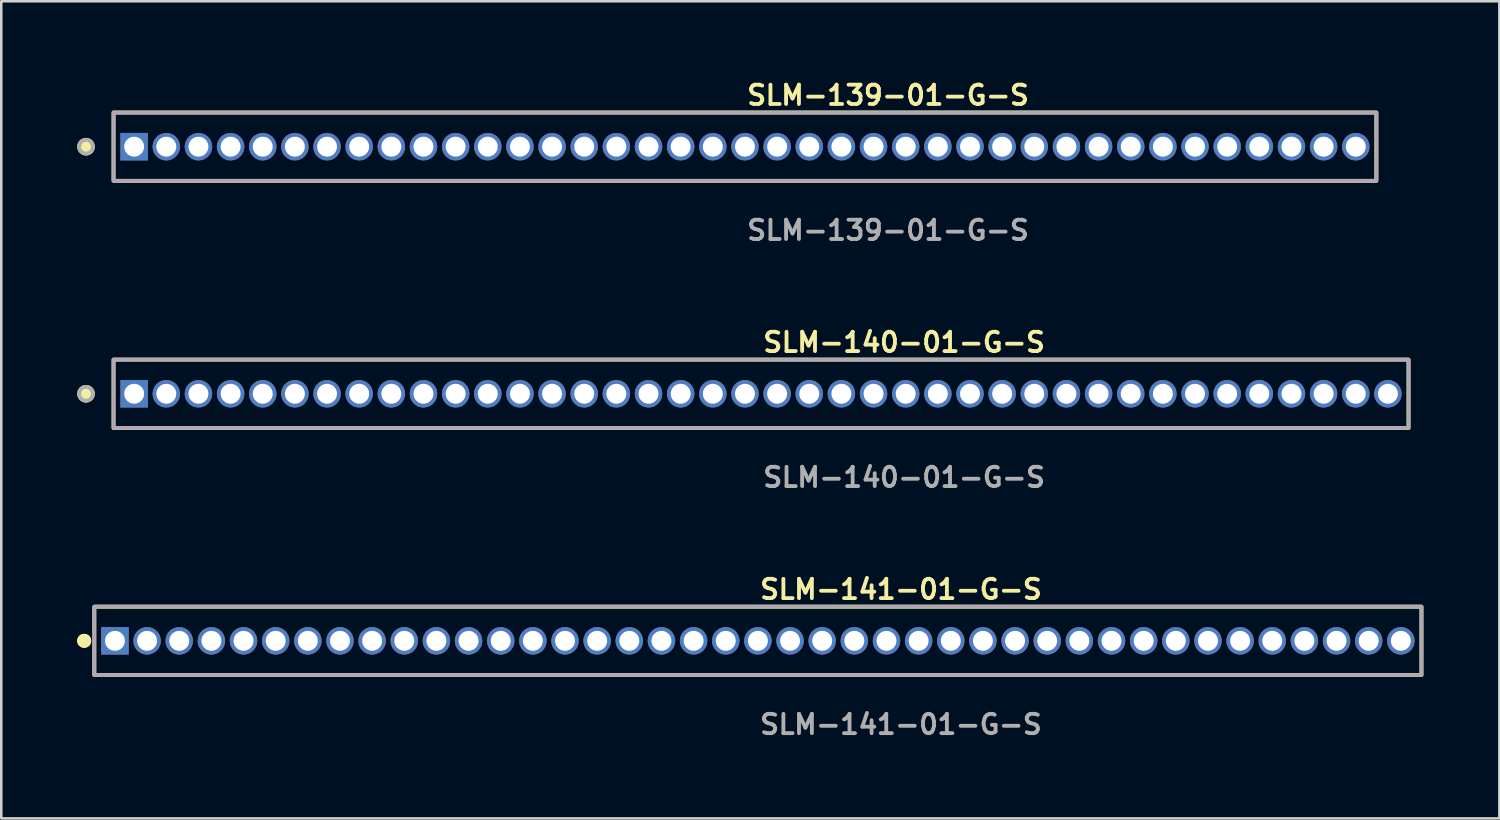
<source format=kicad_pcb>
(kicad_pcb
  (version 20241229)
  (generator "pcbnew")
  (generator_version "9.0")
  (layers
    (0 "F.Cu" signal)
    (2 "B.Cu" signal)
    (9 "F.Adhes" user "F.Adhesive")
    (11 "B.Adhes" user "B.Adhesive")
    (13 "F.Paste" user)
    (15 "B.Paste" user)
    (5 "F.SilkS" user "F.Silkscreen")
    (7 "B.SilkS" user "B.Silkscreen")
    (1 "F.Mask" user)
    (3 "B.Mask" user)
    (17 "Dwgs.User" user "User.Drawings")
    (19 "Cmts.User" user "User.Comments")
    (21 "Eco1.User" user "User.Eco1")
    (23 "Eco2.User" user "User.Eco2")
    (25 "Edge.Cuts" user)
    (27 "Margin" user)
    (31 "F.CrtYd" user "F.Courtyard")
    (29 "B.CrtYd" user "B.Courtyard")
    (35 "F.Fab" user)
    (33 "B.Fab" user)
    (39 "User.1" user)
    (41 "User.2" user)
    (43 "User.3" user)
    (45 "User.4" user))
  (footprint "SLM-140-01-G-S"
    (layer "F.Cu")
    (at 27.015 12.506)
    (property "Reference" "SLM-140-01-G-S" (at 0 -2.032 0) (unlocked yes) (layer "F.SilkS") (effects (font (size 0.762 0.762) (thickness 0.152)) (justify left)))
    (fp_rect (start -25.58 1.35) (end 25.58 -1.35) (stroke (width 0.152) (type solid)) (fill no) (layer "F.SilkS"))
    (fp_circle (center -26.667 0) (end -26.939 0) (stroke (width 0.152) (type solid)) (fill yes) (layer "F.SilkS"))
    (fp_rect (start -25.58 1.35) (end 25.58 -1.35) (stroke (width 0.006) (type solid)) (fill no) (layer "F.CrtYd"))
    (fp_rect (start -25.58 1.35) (end 25.58 -1.35) (stroke (width 0.152) (type solid)) (fill no) (layer "F.Fab"))
    (fp_circle (center -26.667 0) (end -26.939 0) (stroke (width 0.152) (type solid)) (fill no) (layer "F.Fab"))
    (fp_text user "${REFERENCE}" (at 0 3.302 0) (unlocked yes) (layer "F.Fab") (effects (font (size 0.762 0.762) (thickness 0.152)) (justify left)))
    (pad "1" thru_hole rect (at -24.765 0) (size 1.087 1.087) (drill 0.787) (layers "*.Cu" "*.Mask"))
    (pad "2" thru_hole circle (at -23.495 0) (size 1.087 1.087) (drill 0.787) (layers "*.Cu" "*.Mask"))
    (pad "3" thru_hole circle (at -22.225 0) (size 1.087 1.087) (drill 0.787) (layers "*.Cu" "*.Mask"))
    (pad "4" thru_hole circle (at -20.955 0) (size 1.087 1.087) (drill 0.787) (layers "*.Cu" "*.Mask"))
    (pad "5" thru_hole circle (at -19.685 0) (size 1.087 1.087) (drill 0.787) (layers "*.Cu" "*.Mask"))
    (pad "6" thru_hole circle (at -18.415 0) (size 1.087 1.087) (drill 0.787) (layers "*.Cu" "*.Mask"))
    (pad "7" thru_hole circle (at -17.145 0) (size 1.087 1.087) (drill 0.787) (layers "*.Cu" "*.Mask"))
    (pad "8" thru_hole circle (at -15.875 0) (size 1.087 1.087) (drill 0.787) (layers "*.Cu" "*.Mask"))
    (pad "9" thru_hole circle (at -14.605 0) (size 1.087 1.087) (drill 0.787) (layers "*.Cu" "*.Mask"))
    (pad "10" thru_hole circle (at -13.335 0) (size 1.087 1.087) (drill 0.787) (layers "*.Cu" "*.Mask"))
    (pad "11" thru_hole circle (at -12.065 0) (size 1.087 1.087) (drill 0.787) (layers "*.Cu" "*.Mask"))
    (pad "12" thru_hole circle (at -10.795 0) (size 1.087 1.087) (drill 0.787) (layers "*.Cu" "*.Mask"))
    (pad "13" thru_hole circle (at -9.525 0) (size 1.087 1.087) (drill 0.787) (layers "*.Cu" "*.Mask"))
    (pad "14" thru_hole circle (at -8.255 0) (size 1.087 1.087) (drill 0.787) (layers "*.Cu" "*.Mask"))
    (pad "15" thru_hole circle (at -6.985 0) (size 1.087 1.087) (drill 0.787) (layers "*.Cu" "*.Mask"))
    (pad "16" thru_hole circle (at -5.715 0) (size 1.087 1.087) (drill 0.787) (layers "*.Cu" "*.Mask"))
    (pad "17" thru_hole circle (at -4.445 0) (size 1.087 1.087) (drill 0.787) (layers "*.Cu" "*.Mask"))
    (pad "18" thru_hole circle (at -3.175 0) (size 1.087 1.087) (drill 0.787) (layers "*.Cu" "*.Mask"))
    (pad "19" thru_hole circle (at -1.905 0) (size 1.087 1.087) (drill 0.787) (layers "*.Cu" "*.Mask"))
    (pad "20" thru_hole circle (at -0.635 0) (size 1.087 1.087) (drill 0.787) (layers "*.Cu" "*.Mask"))
    (pad "21" thru_hole circle (at 0.635 0) (size 1.087 1.087) (drill 0.787) (layers "*.Cu" "*.Mask"))
    (pad "22" thru_hole circle (at 1.905 0) (size 1.087 1.087) (drill 0.787) (layers "*.Cu" "*.Mask"))
    (pad "23" thru_hole circle (at 3.175 0) (size 1.087 1.087) (drill 0.787) (layers "*.Cu" "*.Mask"))
    (pad "24" thru_hole circle (at 4.445 0) (size 1.087 1.087) (drill 0.787) (layers "*.Cu" "*.Mask"))
    (pad "25" thru_hole circle (at 5.715 0) (size 1.087 1.087) (drill 0.787) (layers "*.Cu" "*.Mask"))
    (pad "26" thru_hole circle (at 6.985 0) (size 1.087 1.087) (drill 0.787) (layers "*.Cu" "*.Mask"))
    (pad "27" thru_hole circle (at 8.255 0) (size 1.087 1.087) (drill 0.787) (layers "*.Cu" "*.Mask"))
    (pad "28" thru_hole circle (at 9.525 0) (size 1.087 1.087) (drill 0.787) (layers "*.Cu" "*.Mask"))
    (pad "29" thru_hole circle (at 10.795 0) (size 1.087 1.087) (drill 0.787) (layers "*.Cu" "*.Mask"))
    (pad "30" thru_hole circle (at 12.065 0) (size 1.087 1.087) (drill 0.787) (layers "*.Cu" "*.Mask"))
    (pad "31" thru_hole circle (at 13.335 0) (size 1.087 1.087) (drill 0.787) (layers "*.Cu" "*.Mask"))
    (pad "32" thru_hole circle (at 14.605 0) (size 1.087 1.087) (drill 0.787) (layers "*.Cu" "*.Mask"))
    (pad "33" thru_hole circle (at 15.875 0) (size 1.087 1.087) (drill 0.787) (layers "*.Cu" "*.Mask"))
    (pad "34" thru_hole circle (at 17.145 0) (size 1.087 1.087) (drill 0.787) (layers "*.Cu" "*.Mask"))
    (pad "35" thru_hole circle (at 18.415 0) (size 1.087 1.087) (drill 0.787) (layers "*.Cu" "*.Mask"))
    (pad "36" thru_hole circle (at 19.685 0) (size 1.087 1.087) (drill 0.787) (layers "*.Cu" "*.Mask"))
    (pad "37" thru_hole circle (at 20.955 0) (size 1.087 1.087) (drill 0.787) (layers "*.Cu" "*.Mask"))
    (pad "38" thru_hole circle (at 22.225 0) (size 1.087 1.087) (drill 0.787) (layers "*.Cu" "*.Mask"))
    (pad "39" thru_hole circle (at 23.495 0) (size 1.087 1.087) (drill 0.787) (layers "*.Cu" "*.Mask"))
    (pad "40" thru_hole circle (at 24.765 0) (size 1.087 1.087) (drill 0.787) (layers "*.Cu" "*.Mask")))
  (footprint "SLM-141-01-G-S"
    (layer "F.Cu")
    (at 26.891 22.266)
    (property "Reference" "SLM-141-01-G-S" (at 0 -2.032 0) (unlocked yes) (layer "F.SilkS") (effects (font (size 0.762 0.762) (thickness 0.152)) (justify left)))
    (fp_rect (start -26.215 1.35) (end 26.215 -1.35) (stroke (width 0.152) (type solid)) (fill no) (layer "F.SilkS"))
    (fp_circle (center -26.615 0) (end -26.815 0) (stroke (width 0.152) (type solid)) (fill yes) (layer "F.SilkS"))
    (fp_circle (center -26.615 0) (end -26.815 0) (stroke (width 0.152) (type solid)) (fill yes) (layer "F.SilkS"))
    (fp_rect (start -26.215 1.35) (end 26.215 -1.35) (stroke (width 0.006) (type solid)) (fill no) (layer "F.CrtYd"))
    (fp_rect (start -26.215 1.35) (end 26.215 -1.35) (stroke (width 0.152) (type solid)) (fill no) (layer "F.Fab"))
    (fp_text user "${REFERENCE}" (at 0 3.302 0) (unlocked yes) (layer "F.Fab") (effects (font (size 0.762 0.762) (thickness 0.152)) (justify left)))
    (pad "1" thru_hole rect (at -25.4 0) (size 1.087 1.087) (drill 0.787) (layers "*.Cu" "*.Mask"))
    (pad "2" thru_hole circle (at -24.13 0) (size 1.087 1.087) (drill 0.787) (layers "*.Cu" "*.Mask"))
    (pad "3" thru_hole circle (at -22.86 0) (size 1.087 1.087) (drill 0.787) (layers "*.Cu" "*.Mask"))
    (pad "4" thru_hole circle (at -21.59 0) (size 1.087 1.087) (drill 0.787) (layers "*.Cu" "*.Mask"))
    (pad "5" thru_hole circle (at -20.32 0) (size 1.087 1.087) (drill 0.787) (layers "*.Cu" "*.Mask"))
    (pad "6" thru_hole circle (at -19.05 0) (size 1.087 1.087) (drill 0.787) (layers "*.Cu" "*.Mask"))
    (pad "7" thru_hole circle (at -17.78 0) (size 1.087 1.087) (drill 0.787) (layers "*.Cu" "*.Mask"))
    (pad "8" thru_hole circle (at -16.51 0) (size 1.087 1.087) (drill 0.787) (layers "*.Cu" "*.Mask"))
    (pad "9" thru_hole circle (at -15.24 0) (size 1.087 1.087) (drill 0.787) (layers "*.Cu" "*.Mask"))
    (pad "10" thru_hole circle (at -13.97 0) (size 1.087 1.087) (drill 0.787) (layers "*.Cu" "*.Mask"))
    (pad "11" thru_hole circle (at -12.7 0) (size 1.087 1.087) (drill 0.787) (layers "*.Cu" "*.Mask"))
    (pad "12" thru_hole circle (at -11.43 0) (size 1.087 1.087) (drill 0.787) (layers "*.Cu" "*.Mask"))
    (pad "13" thru_hole circle (at -10.16 0) (size 1.087 1.087) (drill 0.787) (layers "*.Cu" "*.Mask"))
    (pad "14" thru_hole circle (at -8.89 0) (size 1.087 1.087) (drill 0.787) (layers "*.Cu" "*.Mask"))
    (pad "15" thru_hole circle (at -7.62 0) (size 1.087 1.087) (drill 0.787) (layers "*.Cu" "*.Mask"))
    (pad "16" thru_hole circle (at -6.35 0) (size 1.087 1.087) (drill 0.787) (layers "*.Cu" "*.Mask"))
    (pad "17" thru_hole circle (at -5.08 0) (size 1.087 1.087) (drill 0.787) (layers "*.Cu" "*.Mask"))
    (pad "18" thru_hole circle (at -3.81 0) (size 1.087 1.087) (drill 0.787) (layers "*.Cu" "*.Mask"))
    (pad "19" thru_hole circle (at -2.54 0) (size 1.087 1.087) (drill 0.787) (layers "*.Cu" "*.Mask"))
    (pad "20" thru_hole circle (at -1.27 0) (size 1.087 1.087) (drill 0.787) (layers "*.Cu" "*.Mask"))
    (pad "21" thru_hole circle (at 0 0) (size 1.087 1.087) (drill 0.787) (layers "*.Cu" "*.Mask"))
    (pad "22" thru_hole circle (at 1.27 0) (size 1.087 1.087) (drill 0.787) (layers "*.Cu" "*.Mask"))
    (pad "23" thru_hole circle (at 2.54 0) (size 1.087 1.087) (drill 0.787) (layers "*.Cu" "*.Mask"))
    (pad "24" thru_hole circle (at 3.81 0) (size 1.087 1.087) (drill 0.787) (layers "*.Cu" "*.Mask"))
    (pad "25" thru_hole circle (at 5.08 0) (size 1.087 1.087) (drill 0.787) (layers "*.Cu" "*.Mask"))
    (pad "26" thru_hole circle (at 6.35 0) (size 1.087 1.087) (drill 0.787) (layers "*.Cu" "*.Mask"))
    (pad "27" thru_hole circle (at 7.62 0) (size 1.087 1.087) (drill 0.787) (layers "*.Cu" "*.Mask"))
    (pad "28" thru_hole circle (at 8.89 0) (size 1.087 1.087) (drill 0.787) (layers "*.Cu" "*.Mask"))
    (pad "29" thru_hole circle (at 10.16 0) (size 1.087 1.087) (drill 0.787) (layers "*.Cu" "*.Mask"))
    (pad "30" thru_hole circle (at 11.43 0) (size 1.087 1.087) (drill 0.787) (layers "*.Cu" "*.Mask"))
    (pad "31" thru_hole circle (at 12.7 0) (size 1.087 1.087) (drill 0.787) (layers "*.Cu" "*.Mask"))
    (pad "32" thru_hole circle (at 13.97 0) (size 1.087 1.087) (drill 0.787) (layers "*.Cu" "*.Mask"))
    (pad "33" thru_hole circle (at 15.24 0) (size 1.087 1.087) (drill 0.787) (layers "*.Cu" "*.Mask"))
    (pad "34" thru_hole circle (at 16.51 0) (size 1.087 1.087) (drill 0.787) (layers "*.Cu" "*.Mask"))
    (pad "35" thru_hole circle (at 17.78 0) (size 1.087 1.087) (drill 0.787) (layers "*.Cu" "*.Mask"))
    (pad "36" thru_hole circle (at 19.05 0) (size 1.087 1.087) (drill 0.787) (layers "*.Cu" "*.Mask"))
    (pad "37" thru_hole circle (at 20.32 0) (size 1.087 1.087) (drill 0.787) (layers "*.Cu" "*.Mask"))
    (pad "38" thru_hole circle (at 21.59 0) (size 1.087 1.087) (drill 0.787) (layers "*.Cu" "*.Mask"))
    (pad "39" thru_hole circle (at 22.86 0) (size 1.087 1.087) (drill 0.787) (layers "*.Cu" "*.Mask"))
    (pad "40" thru_hole circle (at 24.13 0) (size 1.087 1.087) (drill 0.787) (layers "*.Cu" "*.Mask"))
    (pad "41" thru_hole circle (at 25.4 0) (size 1.087 1.087) (drill 0.787) (layers "*.Cu" "*.Mask")))
  (footprint "SLM-139-01-G-S"
    (layer "F.Cu")
    (at 26.38 2.745)
    (property "Reference" "SLM-139-01-G-S" (at 0 -2.032 0) (unlocked yes) (layer "F.SilkS") (effects (font (size 0.762 0.762) (thickness 0.152)) (justify left)))
    (fp_rect (start -24.945 1.35) (end 24.945 -1.35) (stroke (width 0.152) (type solid)) (fill no) (layer "F.SilkS"))
    (fp_circle (center -26.032 0) (end -26.304 0) (stroke (width 0.152) (type solid)) (fill yes) (layer "F.SilkS"))
    (fp_rect (start -24.945 1.35) (end 24.945 -1.35) (stroke (width 0.006) (type solid)) (fill no) (layer "F.CrtYd"))
    (fp_rect (start -24.945 1.35) (end 24.945 -1.35) (stroke (width 0.152) (type solid)) (fill no) (layer "F.Fab"))
    (fp_circle (center -26.032 0) (end -26.304 0) (stroke (width 0.152) (type solid)) (fill no) (layer "F.Fab"))
    (fp_text user "${REFERENCE}" (at 0 3.302 0) (unlocked yes) (layer "F.Fab") (effects (font (size 0.762 0.762) (thickness 0.152)) (justify left)))
    (pad "1" thru_hole rect (at -24.13 0) (size 1.087 1.087) (drill 0.787) (layers "*.Cu" "*.Mask"))
    (pad "2" thru_hole circle (at -22.86 0) (size 1.087 1.087) (drill 0.787) (layers "*.Cu" "*.Mask"))
    (pad "3" thru_hole circle (at -21.59 0) (size 1.087 1.087) (drill 0.787) (layers "*.Cu" "*.Mask"))
    (pad "4" thru_hole circle (at -20.32 0) (size 1.087 1.087) (drill 0.787) (layers "*.Cu" "*.Mask"))
    (pad "5" thru_hole circle (at -19.05 0) (size 1.087 1.087) (drill 0.787) (layers "*.Cu" "*.Mask"))
    (pad "6" thru_hole circle (at -17.78 0) (size 1.087 1.087) (drill 0.787) (layers "*.Cu" "*.Mask"))
    (pad "7" thru_hole circle (at -16.51 0) (size 1.087 1.087) (drill 0.787) (layers "*.Cu" "*.Mask"))
    (pad "8" thru_hole circle (at -15.24 0) (size 1.087 1.087) (drill 0.787) (layers "*.Cu" "*.Mask"))
    (pad "9" thru_hole circle (at -13.97 0) (size 1.087 1.087) (drill 0.787) (layers "*.Cu" "*.Mask"))
    (pad "10" thru_hole circle (at -12.7 0) (size 1.087 1.087) (drill 0.787) (layers "*.Cu" "*.Mask"))
    (pad "11" thru_hole circle (at -11.43 0) (size 1.087 1.087) (drill 0.787) (layers "*.Cu" "*.Mask"))
    (pad "12" thru_hole circle (at -10.16 0) (size 1.087 1.087) (drill 0.787) (layers "*.Cu" "*.Mask"))
    (pad "13" thru_hole circle (at -8.89 0) (size 1.087 1.087) (drill 0.787) (layers "*.Cu" "*.Mask"))
    (pad "14" thru_hole circle (at -7.62 0) (size 1.087 1.087) (drill 0.787) (layers "*.Cu" "*.Mask"))
    (pad "15" thru_hole circle (at -6.35 0) (size 1.087 1.087) (drill 0.787) (layers "*.Cu" "*.Mask"))
    (pad "16" thru_hole circle (at -5.08 0) (size 1.087 1.087) (drill 0.787) (layers "*.Cu" "*.Mask"))
    (pad "17" thru_hole circle (at -3.81 0) (size 1.087 1.087) (drill 0.787) (layers "*.Cu" "*.Mask"))
    (pad "18" thru_hole circle (at -2.54 0) (size 1.087 1.087) (drill 0.787) (layers "*.Cu" "*.Mask"))
    (pad "19" thru_hole circle (at -1.27 0) (size 1.087 1.087) (drill 0.787) (layers "*.Cu" "*.Mask"))
    (pad "20" thru_hole circle (at 0 0) (size 1.087 1.087) (drill 0.787) (layers "*.Cu" "*.Mask"))
    (pad "21" thru_hole circle (at 1.27 0) (size 1.087 1.087) (drill 0.787) (layers "*.Cu" "*.Mask"))
    (pad "22" thru_hole circle (at 2.54 0) (size 1.087 1.087) (drill 0.787) (layers "*.Cu" "*.Mask"))
    (pad "23" thru_hole circle (at 3.81 0) (size 1.087 1.087) (drill 0.787) (layers "*.Cu" "*.Mask"))
    (pad "24" thru_hole circle (at 5.08 0) (size 1.087 1.087) (drill 0.787) (layers "*.Cu" "*.Mask"))
    (pad "25" thru_hole circle (at 6.35 0) (size 1.087 1.087) (drill 0.787) (layers "*.Cu" "*.Mask"))
    (pad "26" thru_hole circle (at 7.62 0) (size 1.087 1.087) (drill 0.787) (layers "*.Cu" "*.Mask"))
    (pad "27" thru_hole circle (at 8.89 0) (size 1.087 1.087) (drill 0.787) (layers "*.Cu" "*.Mask"))
    (pad "28" thru_hole circle (at 10.16 0) (size 1.087 1.087) (drill 0.787) (layers "*.Cu" "*.Mask"))
    (pad "29" thru_hole circle (at 11.43 0) (size 1.087 1.087) (drill 0.787) (layers "*.Cu" "*.Mask"))
    (pad "30" thru_hole circle (at 12.7 0) (size 1.087 1.087) (drill 0.787) (layers "*.Cu" "*.Mask"))
    (pad "31" thru_hole circle (at 13.97 0) (size 1.087 1.087) (drill 0.787) (layers "*.Cu" "*.Mask"))
    (pad "32" thru_hole circle (at 15.24 0) (size 1.087 1.087) (drill 0.787) (layers "*.Cu" "*.Mask"))
    (pad "33" thru_hole circle (at 16.51 0) (size 1.087 1.087) (drill 0.787) (layers "*.Cu" "*.Mask"))
    (pad "34" thru_hole circle (at 17.78 0) (size 1.087 1.087) (drill 0.787) (layers "*.Cu" "*.Mask"))
    (pad "35" thru_hole circle (at 19.05 0) (size 1.087 1.087) (drill 0.787) (layers "*.Cu" "*.Mask"))
    (pad "36" thru_hole circle (at 20.32 0) (size 1.087 1.087) (drill 0.787) (layers "*.Cu" "*.Mask"))
    (pad "37" thru_hole circle (at 21.59 0) (size 1.087 1.087) (drill 0.787) (layers "*.Cu" "*.Mask"))
    (pad "38" thru_hole circle (at 22.86 0) (size 1.087 1.087) (drill 0.787) (layers "*.Cu" "*.Mask"))
    (pad "39" thru_hole circle (at 24.13 0) (size 1.087 1.087) (drill 0.787) (layers "*.Cu" "*.Mask")))
  (gr_rect
    (start -3 -3)
    (end 56.182 29.281)
    (stroke (width 0.1) (type default))
    (fill no)
    (layer "Edge.Cuts")))
</source>
